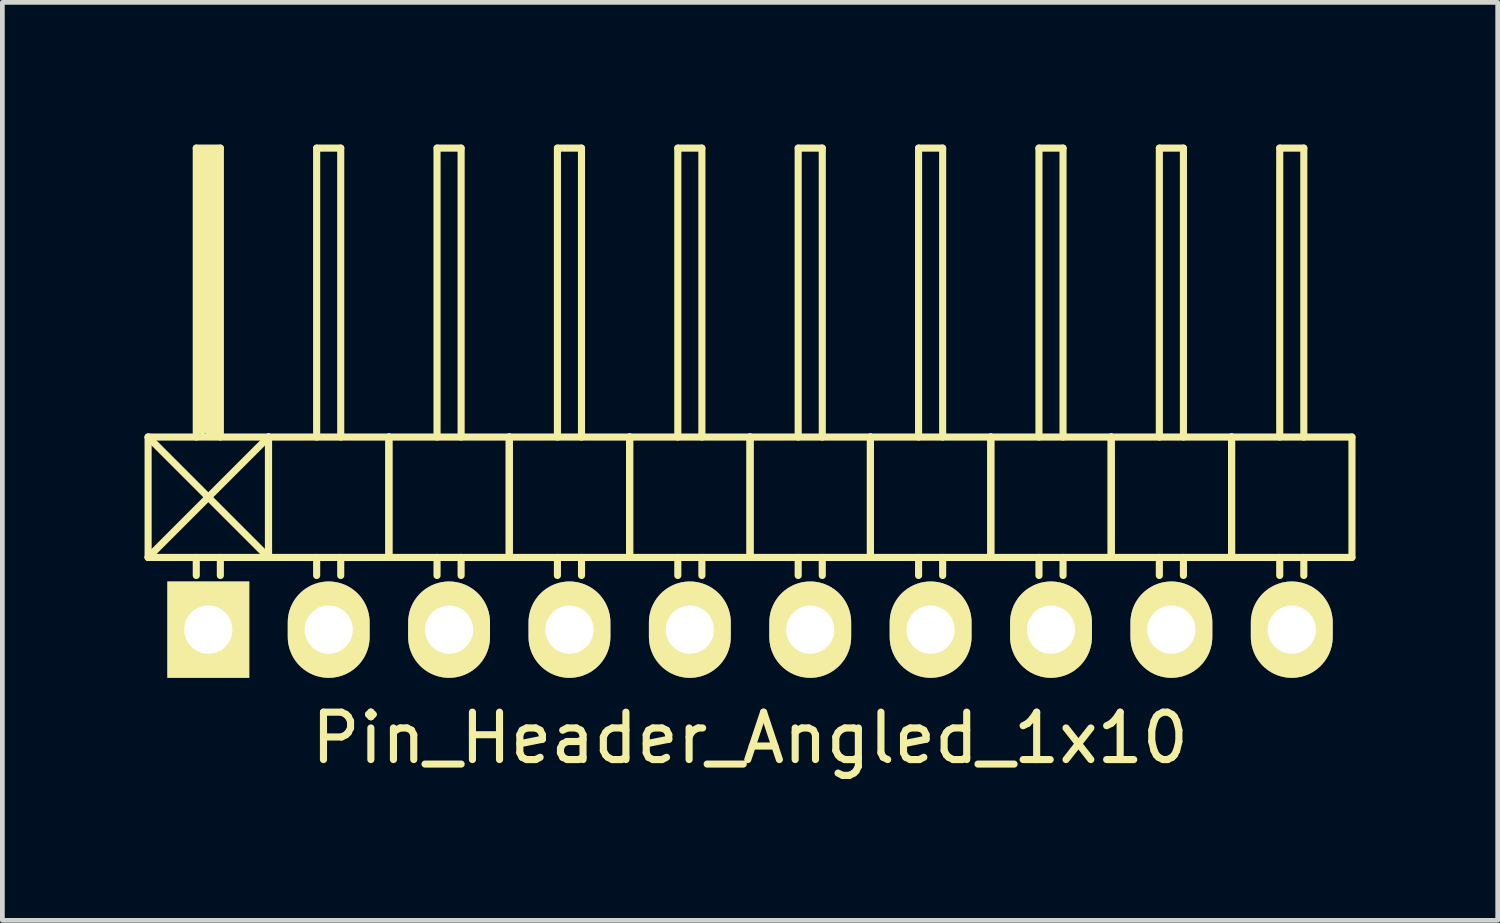
<source format=kicad_pcb>
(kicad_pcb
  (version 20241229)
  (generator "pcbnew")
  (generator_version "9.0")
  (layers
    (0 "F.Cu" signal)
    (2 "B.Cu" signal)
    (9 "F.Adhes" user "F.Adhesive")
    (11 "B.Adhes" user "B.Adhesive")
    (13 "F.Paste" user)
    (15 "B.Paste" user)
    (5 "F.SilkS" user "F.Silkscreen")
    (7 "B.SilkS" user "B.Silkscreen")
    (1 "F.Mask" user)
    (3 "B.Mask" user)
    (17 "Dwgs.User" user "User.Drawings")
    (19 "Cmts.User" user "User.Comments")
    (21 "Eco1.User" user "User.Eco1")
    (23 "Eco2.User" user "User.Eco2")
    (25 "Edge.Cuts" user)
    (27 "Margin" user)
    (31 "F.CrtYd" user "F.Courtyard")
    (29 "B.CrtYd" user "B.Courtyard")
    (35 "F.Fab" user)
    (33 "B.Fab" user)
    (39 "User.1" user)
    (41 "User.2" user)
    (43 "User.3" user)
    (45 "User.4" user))
  (footprint "Pin_Header_Angled_1x10"
    (layer "F.Cu")
    (at 12.775 10.235)
    (property "Reference" "Pin_Header_Angled_1x10" (at 0 2.286 0) (layer "F.SilkS") (effects (font (size 1 1) (thickness 0.15))))
    (attr through_hole)
    (fp_line (start -12.7 -4.064) (end -10.16 -1.524) (stroke (width 0.15) (type solid)) (layer "F.SilkS"))
    (fp_line (start -12.7 -1.524) (end -12.7 -4.064) (stroke (width 0.15) (type solid)) (layer "F.SilkS"))
    (fp_line (start -12.7 -1.524) (end -10.16 -1.524) (stroke (width 0.15) (type solid)) (layer "F.SilkS"))
    (fp_line (start -11.684 -10.16) (end -11.176 -10.16) (stroke (width 0.15) (type solid)) (layer "F.SilkS"))
    (fp_line (start -11.684 -4.064) (end -11.684 -10.16) (stroke (width 0.15) (type solid)) (layer "F.SilkS"))
    (fp_line (start -11.684 -1.524) (end -11.684 -1.143) (stroke (width 0.15) (type solid)) (layer "F.SilkS"))
    (fp_line (start -11.557 -10.033) (end -11.303 -10.033) (stroke (width 0.15) (type solid)) (layer "F.SilkS"))
    (fp_line (start -11.557 -4.191) (end -11.557 -10.033) (stroke (width 0.15) (type solid)) (layer "F.SilkS"))
    (fp_line (start -11.43 -4.191) (end -11.43 -10.033) (stroke (width 0.15) (type solid)) (layer "F.SilkS"))
    (fp_line (start -11.303 -10.033) (end -11.303 -4.191) (stroke (width 0.15) (type solid)) (layer "F.SilkS"))
    (fp_line (start -11.303 -4.191) (end -11.43 -4.191) (stroke (width 0.15) (type solid)) (layer "F.SilkS"))
    (fp_line (start -11.176 -10.16) (end -11.176 -4.064) (stroke (width 0.15) (type solid)) (layer "F.SilkS"))
    (fp_line (start -11.176 -1.524) (end -11.176 -1.143) (stroke (width 0.15) (type solid)) (layer "F.SilkS"))
    (fp_line (start -10.16 -4.064) (end -12.7 -4.064) (stroke (width 0.15) (type solid)) (layer "F.SilkS"))
    (fp_line (start -10.16 -4.064) (end -12.7 -1.524) (stroke (width 0.15) (type solid)) (layer "F.SilkS"))
    (fp_line (start -10.16 -1.524) (end -10.16 -4.064) (stroke (width 0.15) (type solid)) (layer "F.SilkS"))
    (fp_line (start -10.16 -1.524) (end -10.16 -4.064) (stroke (width 0.15) (type solid)) (layer "F.SilkS"))
    (fp_line (start -10.16 -1.524) (end -7.62 -1.524) (stroke (width 0.15) (type solid)) (layer "F.SilkS"))
    (fp_line (start -9.144 -10.16) (end -8.636 -10.16) (stroke (width 0.15) (type solid)) (layer "F.SilkS"))
    (fp_line (start -9.144 -4.064) (end -9.144 -10.16) (stroke (width 0.15) (type solid)) (layer "F.SilkS"))
    (fp_line (start -9.144 -1.524) (end -9.144 -1.143) (stroke (width 0.15) (type solid)) (layer "F.SilkS"))
    (fp_line (start -8.636 -10.16) (end -8.636 -4.064) (stroke (width 0.15) (type solid)) (layer "F.SilkS"))
    (fp_line (start -8.636 -1.524) (end -8.636 -1.143) (stroke (width 0.15) (type solid)) (layer "F.SilkS"))
    (fp_line (start -7.62 -4.064) (end -10.16 -4.064) (stroke (width 0.15) (type solid)) (layer "F.SilkS"))
    (fp_line (start -7.62 -1.524) (end -7.62 -4.064) (stroke (width 0.15) (type solid)) (layer "F.SilkS"))
    (fp_line (start -7.62 -1.524) (end -7.62 -4.064) (stroke (width 0.15) (type solid)) (layer "F.SilkS"))
    (fp_line (start -7.62 -1.524) (end -5.08 -1.524) (stroke (width 0.15) (type solid)) (layer "F.SilkS"))
    (fp_line (start -6.604 -10.16) (end -6.096 -10.16) (stroke (width 0.15) (type solid)) (layer "F.SilkS"))
    (fp_line (start -6.604 -4.064) (end -6.604 -10.16) (stroke (width 0.15) (type solid)) (layer "F.SilkS"))
    (fp_line (start -6.604 -1.524) (end -6.604 -1.143) (stroke (width 0.15) (type solid)) (layer "F.SilkS"))
    (fp_line (start -6.096 -10.16) (end -6.096 -4.064) (stroke (width 0.15) (type solid)) (layer "F.SilkS"))
    (fp_line (start -6.096 -1.524) (end -6.096 -1.143) (stroke (width 0.15) (type solid)) (layer "F.SilkS"))
    (fp_line (start -5.08 -4.064) (end -7.62 -4.064) (stroke (width 0.15) (type solid)) (layer "F.SilkS"))
    (fp_line (start -5.08 -1.524) (end -5.08 -4.064) (stroke (width 0.15) (type solid)) (layer "F.SilkS"))
    (fp_line (start -5.08 -1.524) (end -5.08 -4.064) (stroke (width 0.15) (type solid)) (layer "F.SilkS"))
    (fp_line (start -5.08 -1.524) (end -2.54 -1.524) (stroke (width 0.15) (type solid)) (layer "F.SilkS"))
    (fp_line (start -4.064 -10.16) (end -3.556 -10.16) (stroke (width 0.15) (type solid)) (layer "F.SilkS"))
    (fp_line (start -4.064 -4.064) (end -4.064 -10.16) (stroke (width 0.15) (type solid)) (layer "F.SilkS"))
    (fp_line (start -4.064 -1.524) (end -4.064 -1.143) (stroke (width 0.15) (type solid)) (layer "F.SilkS"))
    (fp_line (start -3.556 -10.16) (end -3.556 -4.064) (stroke (width 0.15) (type solid)) (layer "F.SilkS"))
    (fp_line (start -3.556 -1.524) (end -3.556 -1.143) (stroke (width 0.15) (type solid)) (layer "F.SilkS"))
    (fp_line (start -2.54 -4.064) (end -5.08 -4.064) (stroke (width 0.15) (type solid)) (layer "F.SilkS"))
    (fp_line (start -2.54 -1.524) (end -2.54 -4.064) (stroke (width 0.15) (type solid)) (layer "F.SilkS"))
    (fp_line (start -2.54 -1.524) (end -2.54 -4.064) (stroke (width 0.15) (type solid)) (layer "F.SilkS"))
    (fp_line (start -2.54 -1.524) (end 0 -1.524) (stroke (width 0.15) (type solid)) (layer "F.SilkS"))
    (fp_line (start -1.524 -10.16) (end -1.016 -10.16) (stroke (width 0.15) (type solid)) (layer "F.SilkS"))
    (fp_line (start -1.524 -4.064) (end -1.524 -10.16) (stroke (width 0.15) (type solid)) (layer "F.SilkS"))
    (fp_line (start -1.524 -1.524) (end -1.524 -1.143) (stroke (width 0.15) (type solid)) (layer "F.SilkS"))
    (fp_line (start -1.016 -10.16) (end -1.016 -4.064) (stroke (width 0.15) (type solid)) (layer "F.SilkS"))
    (fp_line (start -1.016 -1.524) (end -1.016 -1.143) (stroke (width 0.15) (type solid)) (layer "F.SilkS"))
    (fp_line (start 0 -4.064) (end -2.54 -4.064) (stroke (width 0.15) (type solid)) (layer "F.SilkS"))
    (fp_line (start 0 -1.524) (end 0 -4.064) (stroke (width 0.15) (type solid)) (layer "F.SilkS"))
    (fp_line (start 0 -1.524) (end 0 -4.064) (stroke (width 0.15) (type solid)) (layer "F.SilkS"))
    (fp_line (start 0 -1.524) (end 2.54 -1.524) (stroke (width 0.15) (type solid)) (layer "F.SilkS"))
    (fp_line (start 1.016 -10.16) (end 1.524 -10.16) (stroke (width 0.15) (type solid)) (layer "F.SilkS"))
    (fp_line (start 1.016 -4.064) (end 1.016 -10.16) (stroke (width 0.15) (type solid)) (layer "F.SilkS"))
    (fp_line (start 1.016 -1.524) (end 1.016 -1.143) (stroke (width 0.15) (type solid)) (layer "F.SilkS"))
    (fp_line (start 1.524 -10.16) (end 1.524 -4.064) (stroke (width 0.15) (type solid)) (layer "F.SilkS"))
    (fp_line (start 1.524 -1.524) (end 1.524 -1.143) (stroke (width 0.15) (type solid)) (layer "F.SilkS"))
    (fp_line (start 2.54 -4.064) (end 0 -4.064) (stroke (width 0.15) (type solid)) (layer "F.SilkS"))
    (fp_line (start 2.54 -1.524) (end 2.54 -4.064) (stroke (width 0.15) (type solid)) (layer "F.SilkS"))
    (fp_line (start 2.54 -1.524) (end 2.54 -4.064) (stroke (width 0.15) (type solid)) (layer "F.SilkS"))
    (fp_line (start 2.54 -1.524) (end 5.08 -1.524) (stroke (width 0.15) (type solid)) (layer "F.SilkS"))
    (fp_line (start 3.556 -10.16) (end 4.064 -10.16) (stroke (width 0.15) (type solid)) (layer "F.SilkS"))
    (fp_line (start 3.556 -4.064) (end 3.556 -10.16) (stroke (width 0.15) (type solid)) (layer "F.SilkS"))
    (fp_line (start 3.556 -1.524) (end 3.556 -1.143) (stroke (width 0.15) (type solid)) (layer "F.SilkS"))
    (fp_line (start 4.064 -10.16) (end 4.064 -4.064) (stroke (width 0.15) (type solid)) (layer "F.SilkS"))
    (fp_line (start 4.064 -1.524) (end 4.064 -1.143) (stroke (width 0.15) (type solid)) (layer "F.SilkS"))
    (fp_line (start 5.08 -4.064) (end 2.54 -4.064) (stroke (width 0.15) (type solid)) (layer "F.SilkS"))
    (fp_line (start 5.08 -1.524) (end 5.08 -4.064) (stroke (width 0.15) (type solid)) (layer "F.SilkS"))
    (fp_line (start 5.08 -1.524) (end 5.08 -4.064) (stroke (width 0.15) (type solid)) (layer "F.SilkS"))
    (fp_line (start 5.08 -1.524) (end 7.62 -1.524) (stroke (width 0.15) (type solid)) (layer "F.SilkS"))
    (fp_line (start 6.096 -10.16) (end 6.604 -10.16) (stroke (width 0.15) (type solid)) (layer "F.SilkS"))
    (fp_line (start 6.096 -4.064) (end 6.096 -10.16) (stroke (width 0.15) (type solid)) (layer "F.SilkS"))
    (fp_line (start 6.096 -1.524) (end 6.096 -1.143) (stroke (width 0.15) (type solid)) (layer "F.SilkS"))
    (fp_line (start 6.604 -10.16) (end 6.604 -4.064) (stroke (width 0.15) (type solid)) (layer "F.SilkS"))
    (fp_line (start 6.604 -1.524) (end 6.604 -1.143) (stroke (width 0.15) (type solid)) (layer "F.SilkS"))
    (fp_line (start 7.62 -4.064) (end 5.08 -4.064) (stroke (width 0.15) (type solid)) (layer "F.SilkS"))
    (fp_line (start 7.62 -1.524) (end 7.62 -4.064) (stroke (width 0.15) (type solid)) (layer "F.SilkS"))
    (fp_line (start 7.62 -1.524) (end 7.62 -4.064) (stroke (width 0.15) (type solid)) (layer "F.SilkS"))
    (fp_line (start 7.62 -1.524) (end 10.16 -1.524) (stroke (width 0.15) (type solid)) (layer "F.SilkS"))
    (fp_line (start 8.636 -10.16) (end 9.144 -10.16) (stroke (width 0.15) (type solid)) (layer "F.SilkS"))
    (fp_line (start 8.636 -4.064) (end 8.636 -10.16) (stroke (width 0.15) (type solid)) (layer "F.SilkS"))
    (fp_line (start 8.636 -1.524) (end 8.636 -1.143) (stroke (width 0.15) (type solid)) (layer "F.SilkS"))
    (fp_line (start 9.144 -10.16) (end 9.144 -4.064) (stroke (width 0.15) (type solid)) (layer "F.SilkS"))
    (fp_line (start 9.144 -1.524) (end 9.144 -1.143) (stroke (width 0.15) (type solid)) (layer "F.SilkS"))
    (fp_line (start 10.16 -4.064) (end 7.62 -4.064) (stroke (width 0.15) (type solid)) (layer "F.SilkS"))
    (fp_line (start 10.16 -1.524) (end 10.16 -4.064) (stroke (width 0.15) (type solid)) (layer "F.SilkS"))
    (fp_line (start 10.16 -1.524) (end 10.16 -4.064) (stroke (width 0.15) (type solid)) (layer "F.SilkS"))
    (fp_line (start 10.16 -1.524) (end 12.7 -1.524) (stroke (width 0.15) (type solid)) (layer "F.SilkS"))
    (fp_line (start 11.176 -10.16) (end 11.684 -10.16) (stroke (width 0.15) (type solid)) (layer "F.SilkS"))
    (fp_line (start 11.176 -4.064) (end 11.176 -10.16) (stroke (width 0.15) (type solid)) (layer "F.SilkS"))
    (fp_line (start 11.176 -1.524) (end 11.176 -1.143) (stroke (width 0.15) (type solid)) (layer "F.SilkS"))
    (fp_line (start 11.684 -10.16) (end 11.684 -4.064) (stroke (width 0.15) (type solid)) (layer "F.SilkS"))
    (fp_line (start 11.684 -1.524) (end 11.684 -1.143) (stroke (width 0.15) (type solid)) (layer "F.SilkS"))
    (fp_line (start 12.7 -4.064) (end 10.16 -4.064) (stroke (width 0.15) (type solid)) (layer "F.SilkS"))
    (fp_line (start 12.7 -1.524) (end 12.7 -4.064) (stroke (width 0.15) (type solid)) (layer "F.SilkS"))
    (pad "1" thru_hole rect (at -11.43 0) (size 1.727 2.032) (drill 1.016) (layers "*.Cu" "*.Mask" "F.SilkS"))
    (pad "2" thru_hole oval (at -8.89 0) (size 1.727 2.032) (drill 1.016) (layers "*.Cu" "*.Mask" "F.SilkS"))
    (pad "3" thru_hole oval (at -6.35 0) (size 1.727 2.032) (drill 1.016) (layers "*.Cu" "*.Mask" "F.SilkS"))
    (pad "4" thru_hole oval (at -3.81 0) (size 1.727 2.032) (drill 1.016) (layers "*.Cu" "*.Mask" "F.SilkS"))
    (pad "5" thru_hole oval (at -1.27 0) (size 1.727 2.032) (drill 1.016) (layers "*.Cu" "*.Mask" "F.SilkS"))
    (pad "6" thru_hole oval (at 1.27 0) (size 1.727 2.032) (drill 1.016) (layers "*.Cu" "*.Mask" "F.SilkS"))
    (pad "7" thru_hole oval (at 3.81 0) (size 1.727 2.032) (drill 1.016) (layers "*.Cu" "*.Mask" "F.SilkS"))
    (pad "8" thru_hole oval (at 6.35 0) (size 1.727 2.032) (drill 1.016) (layers "*.Cu" "*.Mask" "F.SilkS"))
    (pad "9" thru_hole oval (at 8.89 0) (size 1.727 2.032) (drill 1.016) (layers "*.Cu" "*.Mask" "F.SilkS"))
    (pad "10" thru_hole oval (at 11.43 0) (size 1.727 2.032) (drill 1.016) (layers "*.Cu" "*.Mask" "F.SilkS")))
  (gr_rect
    (start -3 -3)
    (end 28.55 16.369)
    (stroke (width 0.1) (type default))
    (fill no)
    (layer "Edge.Cuts")))
</source>
